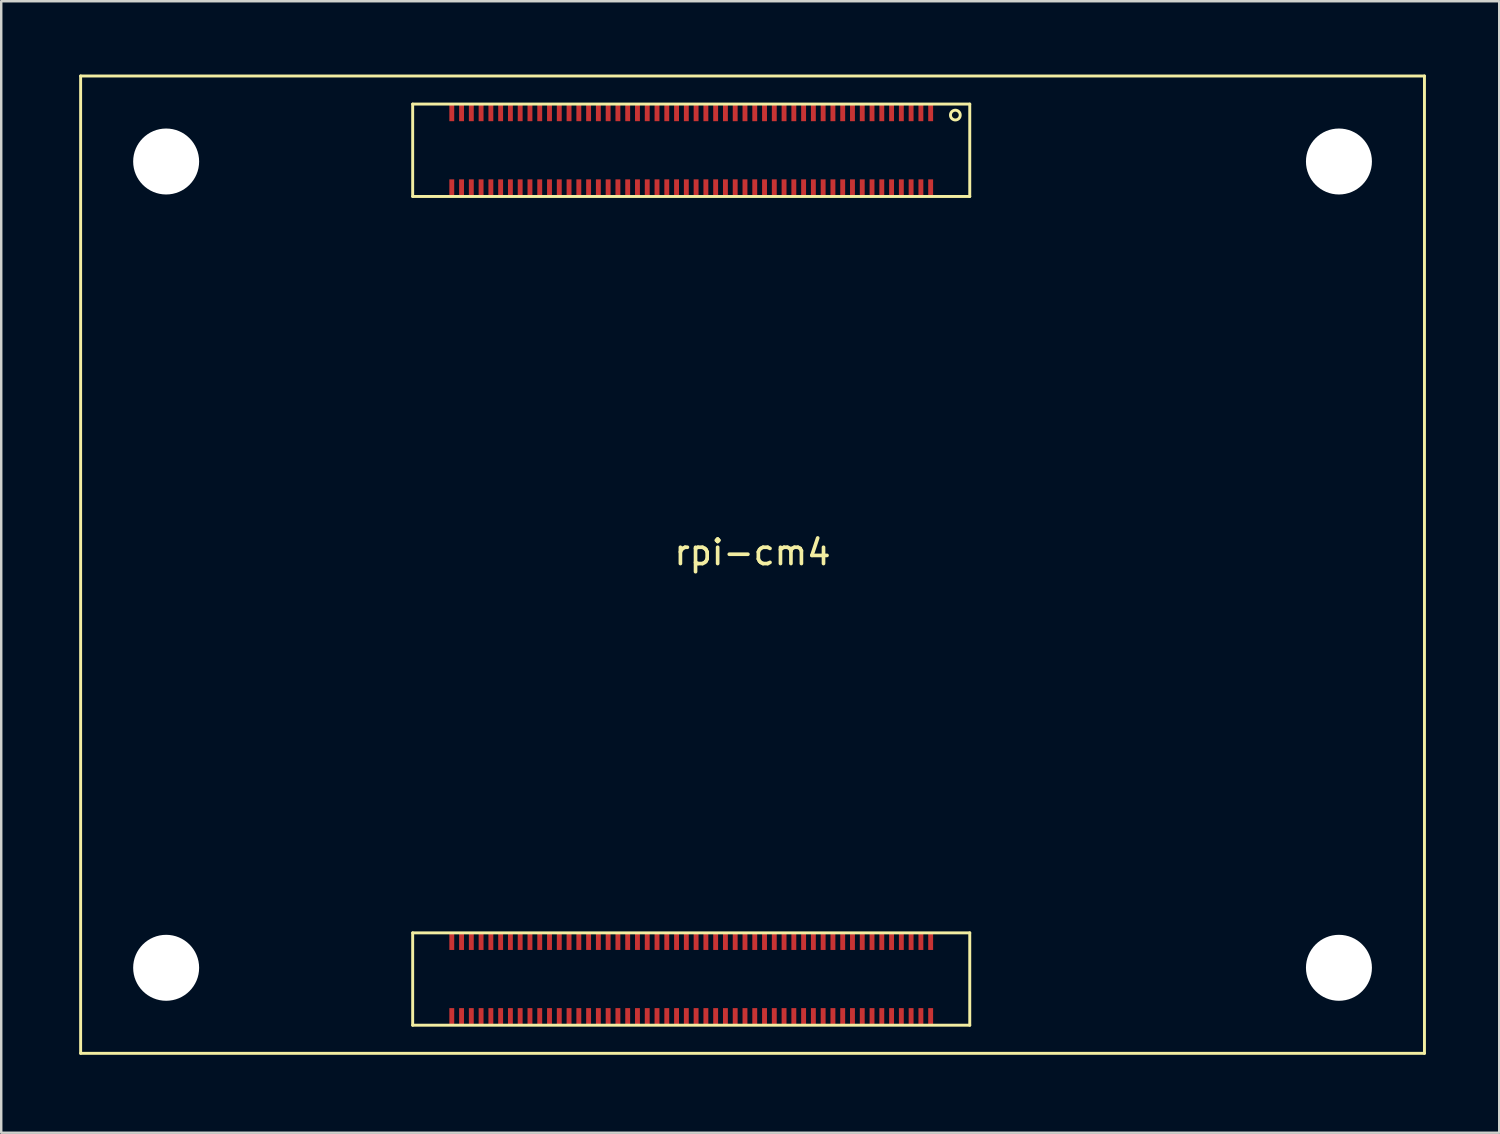
<source format=kicad_pcb>
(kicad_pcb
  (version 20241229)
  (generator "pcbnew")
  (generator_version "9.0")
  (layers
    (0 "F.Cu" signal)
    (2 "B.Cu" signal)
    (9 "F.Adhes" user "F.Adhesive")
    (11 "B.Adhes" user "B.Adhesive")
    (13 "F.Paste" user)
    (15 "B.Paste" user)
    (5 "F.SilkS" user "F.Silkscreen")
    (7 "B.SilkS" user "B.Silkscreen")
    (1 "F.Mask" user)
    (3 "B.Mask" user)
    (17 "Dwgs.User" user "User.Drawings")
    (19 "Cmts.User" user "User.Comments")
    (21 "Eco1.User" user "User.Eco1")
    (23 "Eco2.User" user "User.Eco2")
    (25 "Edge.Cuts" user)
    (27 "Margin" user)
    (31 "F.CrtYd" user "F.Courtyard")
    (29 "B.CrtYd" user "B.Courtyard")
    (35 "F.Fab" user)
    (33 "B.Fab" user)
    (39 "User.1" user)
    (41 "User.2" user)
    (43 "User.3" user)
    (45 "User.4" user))
  (footprint "rpi-cm4"
    (layer "F.Cu")
    (at 0.25 40.06)
    (property "Reference" "rpi-cm4" (at 27.5 -20.5 180) (layer "F.SilkS") (effects (font (size 1 1) (thickness 0.15))))
    (attr smd)
    (fp_line (start 0 0) (end 0 -40) (stroke (width 0.12) (type solid)) (layer "F.SilkS"))
    (fp_line (start 13.59 -35.07) (end 13.59 -38.85) (stroke (width 0.12) (type solid)) (layer "F.SilkS"))
    (fp_line (start 13.59 -1.15) (end 13.59 -4.93) (stroke (width 0.12) (type solid)) (layer "F.SilkS"))
    (fp_line (start 36.39 -38.85) (end 13.59 -38.85) (stroke (width 0.12) (type solid)) (layer "F.SilkS"))
    (fp_line (start 36.39 -35.07) (end 13.59 -35.07) (stroke (width 0.12) (type solid)) (layer "F.SilkS"))
    (fp_line (start 36.39 -35.07) (end 36.39 -38.85) (stroke (width 0.12) (type solid)) (layer "F.SilkS"))
    (fp_line (start 36.39 -4.93) (end 13.59 -4.93) (stroke (width 0.12) (type solid)) (layer "F.SilkS"))
    (fp_line (start 36.39 -1.15) (end 13.59 -1.15) (stroke (width 0.12) (type solid)) (layer "F.SilkS"))
    (fp_line (start 36.39 -1.15) (end 36.39 -4.93) (stroke (width 0.12) (type solid)) (layer "F.SilkS"))
    (fp_line (start 55 -40) (end 0 -40) (stroke (width 0.12) (type solid)) (layer "F.SilkS"))
    (fp_line (start 55 0) (end 0 0) (stroke (width 0.12) (type solid)) (layer "F.SilkS"))
    (fp_line (start 55 0) (end 55 -40) (stroke (width 0.12) (type solid)) (layer "F.SilkS"))
    (fp_circle (center 35.8 -38.4) (end 36 -38.4) (stroke (width 0.12) (type solid)) (fill no) (layer "F.SilkS"))
    (pad "" np_thru_hole circle (at 3.5 -36.5 270) (size 2.7 2.7) (drill 2.7) (layers "*.Cu" "*.Paste" "*.Mask"))
    (pad "" np_thru_hole circle (at 3.5 -3.5 270) (size 2.7 2.7) (drill 2.7) (layers "*.Cu" "*.Paste" "*.Mask"))
    (pad "" np_thru_hole circle (at 51.5 -36.5 270) (size 2.7 2.7) (drill 2.7) (layers "*.Cu" "*.Paste" "*.Mask"))
    (pad "" np_thru_hole circle (at 51.5 -3.5 270) (size 2.7 2.7) (drill 2.7) (layers "*.Cu" "*.Paste" "*.Mask"))
    (pad "1" smd rect (at 34.79 -38.5 180) (size 0.2 0.7) (layers "F.Cu" "F.Mask" "F.Paste"))
    (pad "2" smd rect (at 34.79 -35.42 180) (size 0.2 0.7) (layers "F.Cu" "F.Mask" "F.Paste"))
    (pad "3" smd rect (at 34.39 -38.5 180) (size 0.2 0.7) (layers "F.Cu" "F.Mask" "F.Paste"))
    (pad "4" smd rect (at 34.39 -35.42 180) (size 0.2 0.7) (layers "F.Cu" "F.Mask" "F.Paste"))
    (pad "5" smd rect (at 33.99 -38.5 180) (size 0.2 0.7) (layers "F.Cu" "F.Mask" "F.Paste"))
    (pad "6" smd rect (at 33.99 -35.42 180) (size 0.2 0.7) (layers "F.Cu" "F.Mask" "F.Paste"))
    (pad "7" smd rect (at 33.59 -38.5 180) (size 0.2 0.7) (layers "F.Cu" "F.Mask" "F.Paste"))
    (pad "8" smd rect (at 33.59 -35.42 180) (size 0.2 0.7) (layers "F.Cu" "F.Mask" "F.Paste"))
    (pad "9" smd rect (at 33.19 -38.5 180) (size 0.2 0.7) (layers "F.Cu" "F.Mask" "F.Paste"))
    (pad "10" smd rect (at 33.19 -35.42 180) (size 0.2 0.7) (layers "F.Cu" "F.Mask" "F.Paste"))
    (pad "11" smd rect (at 32.79 -38.5 180) (size 0.2 0.7) (layers "F.Cu" "F.Mask" "F.Paste"))
    (pad "12" smd rect (at 32.79 -35.42 180) (size 0.2 0.7) (layers "F.Cu" "F.Mask" "F.Paste"))
    (pad "13" smd rect (at 32.39 -38.5 180) (size 0.2 0.7) (layers "F.Cu" "F.Mask" "F.Paste"))
    (pad "14" smd rect (at 32.39 -35.42 180) (size 0.2 0.7) (layers "F.Cu" "F.Mask" "F.Paste"))
    (pad "15" smd rect (at 31.99 -38.5 180) (size 0.2 0.7) (layers "F.Cu" "F.Mask" "F.Paste"))
    (pad "16" smd rect (at 31.99 -35.42 180) (size 0.2 0.7) (layers "F.Cu" "F.Mask" "F.Paste"))
    (pad "17" smd rect (at 31.59 -38.5 180) (size 0.2 0.7) (layers "F.Cu" "F.Mask" "F.Paste"))
    (pad "18" smd rect (at 31.59 -35.42 180) (size 0.2 0.7) (layers "F.Cu" "F.Mask" "F.Paste"))
    (pad "19" smd rect (at 31.19 -38.5 180) (size 0.2 0.7) (layers "F.Cu" "F.Mask" "F.Paste"))
    (pad "20" smd rect (at 31.19 -35.42 180) (size 0.2 0.7) (layers "F.Cu" "F.Mask" "F.Paste"))
    (pad "21" smd rect (at 30.79 -38.5 180) (size 0.2 0.7) (layers "F.Cu" "F.Mask" "F.Paste"))
    (pad "22" smd rect (at 30.79 -35.42 180) (size 0.2 0.7) (layers "F.Cu" "F.Mask" "F.Paste"))
    (pad "23" smd rect (at 30.39 -38.5 180) (size 0.2 0.7) (layers "F.Cu" "F.Mask" "F.Paste"))
    (pad "24" smd rect (at 30.39 -35.42 180) (size 0.2 0.7) (layers "F.Cu" "F.Mask" "F.Paste"))
    (pad "25" smd rect (at 29.99 -38.5 180) (size 0.2 0.7) (layers "F.Cu" "F.Mask" "F.Paste"))
    (pad "26" smd rect (at 29.99 -35.42 180) (size 0.2 0.7) (layers "F.Cu" "F.Mask" "F.Paste"))
    (pad "27" smd rect (at 29.59 -38.5 180) (size 0.2 0.7) (layers "F.Cu" "F.Mask" "F.Paste"))
    (pad "28" smd rect (at 29.59 -35.42 180) (size 0.2 0.7) (layers "F.Cu" "F.Mask" "F.Paste"))
    (pad "29" smd rect (at 29.19 -38.5 180) (size 0.2 0.7) (layers "F.Cu" "F.Mask" "F.Paste"))
    (pad "30" smd rect (at 29.19 -35.42 180) (size 0.2 0.7) (layers "F.Cu" "F.Mask" "F.Paste"))
    (pad "31" smd rect (at 28.79 -38.5 180) (size 0.2 0.7) (layers "F.Cu" "F.Mask" "F.Paste"))
    (pad "32" smd rect (at 28.79 -35.42 180) (size 0.2 0.7) (layers "F.Cu" "F.Mask" "F.Paste"))
    (pad "33" smd rect (at 28.39 -38.5 180) (size 0.2 0.7) (layers "F.Cu" "F.Mask" "F.Paste"))
    (pad "34" smd rect (at 28.39 -35.42 180) (size 0.2 0.7) (layers "F.Cu" "F.Mask" "F.Paste"))
    (pad "35" smd rect (at 27.99 -38.5 180) (size 0.2 0.7) (layers "F.Cu" "F.Mask" "F.Paste"))
    (pad "36" smd rect (at 27.99 -35.42 180) (size 0.2 0.7) (layers "F.Cu" "F.Mask" "F.Paste"))
    (pad "37" smd rect (at 27.59 -38.5 180) (size 0.2 0.7) (layers "F.Cu" "F.Mask" "F.Paste"))
    (pad "38" smd rect (at 27.59 -35.42 180) (size 0.2 0.7) (layers "F.Cu" "F.Mask" "F.Paste"))
    (pad "39" smd rect (at 27.19 -38.5 180) (size 0.2 0.7) (layers "F.Cu" "F.Mask" "F.Paste"))
    (pad "40" smd rect (at 27.19 -35.42 180) (size 0.2 0.7) (layers "F.Cu" "F.Mask" "F.Paste"))
    (pad "41" smd rect (at 26.79 -38.5 180) (size 0.2 0.7) (layers "F.Cu" "F.Mask" "F.Paste"))
    (pad "42" smd rect (at 26.79 -35.42 180) (size 0.2 0.7) (layers "F.Cu" "F.Mask" "F.Paste"))
    (pad "43" smd rect (at 26.39 -38.5 180) (size 0.2 0.7) (layers "F.Cu" "F.Mask" "F.Paste"))
    (pad "44" smd rect (at 26.39 -35.42 180) (size 0.2 0.7) (layers "F.Cu" "F.Mask" "F.Paste"))
    (pad "45" smd rect (at 25.99 -38.5 180) (size 0.2 0.7) (layers "F.Cu" "F.Mask" "F.Paste"))
    (pad "46" smd rect (at 25.99 -35.42 180) (size 0.2 0.7) (layers "F.Cu" "F.Mask" "F.Paste"))
    (pad "47" smd rect (at 25.59 -38.5 180) (size 0.2 0.7) (layers "F.Cu" "F.Mask" "F.Paste"))
    (pad "48" smd rect (at 25.59 -35.42 180) (size 0.2 0.7) (layers "F.Cu" "F.Mask" "F.Paste"))
    (pad "49" smd rect (at 25.19 -38.5 180) (size 0.2 0.7) (layers "F.Cu" "F.Mask" "F.Paste"))
    (pad "50" smd rect (at 25.19 -35.42 180) (size 0.2 0.7) (layers "F.Cu" "F.Mask" "F.Paste"))
    (pad "51" smd rect (at 24.79 -38.5 180) (size 0.2 0.7) (layers "F.Cu" "F.Mask" "F.Paste"))
    (pad "52" smd rect (at 24.79 -35.42 180) (size 0.2 0.7) (layers "F.Cu" "F.Mask" "F.Paste"))
    (pad "53" smd rect (at 24.39 -38.5 180) (size 0.2 0.7) (layers "F.Cu" "F.Mask" "F.Paste"))
    (pad "54" smd rect (at 24.39 -35.42 180) (size 0.2 0.7) (layers "F.Cu" "F.Mask" "F.Paste"))
    (pad "55" smd rect (at 23.99 -38.5 180) (size 0.2 0.7) (layers "F.Cu" "F.Mask" "F.Paste"))
    (pad "56" smd rect (at 23.99 -35.42 180) (size 0.2 0.7) (layers "F.Cu" "F.Mask" "F.Paste"))
    (pad "57" smd rect (at 23.59 -38.5 180) (size 0.2 0.7) (layers "F.Cu" "F.Mask" "F.Paste"))
    (pad "58" smd rect (at 23.59 -35.42 180) (size 0.2 0.7) (layers "F.Cu" "F.Mask" "F.Paste"))
    (pad "59" smd rect (at 23.19 -38.5 180) (size 0.2 0.7) (layers "F.Cu" "F.Mask" "F.Paste"))
    (pad "60" smd rect (at 23.19 -35.42 180) (size 0.2 0.7) (layers "F.Cu" "F.Mask" "F.Paste"))
    (pad "61" smd rect (at 22.79 -38.5 180) (size 0.2 0.7) (layers "F.Cu" "F.Mask" "F.Paste"))
    (pad "62" smd rect (at 22.79 -35.42 180) (size 0.2 0.7) (layers "F.Cu" "F.Mask" "F.Paste"))
    (pad "63" smd rect (at 22.39 -38.5 180) (size 0.2 0.7) (layers "F.Cu" "F.Mask" "F.Paste"))
    (pad "64" smd rect (at 22.39 -35.42 180) (size 0.2 0.7) (layers "F.Cu" "F.Mask" "F.Paste"))
    (pad "65" smd rect (at 21.99 -38.5 180) (size 0.2 0.7) (layers "F.Cu" "F.Mask" "F.Paste"))
    (pad "66" smd rect (at 21.99 -35.42 180) (size 0.2 0.7) (layers "F.Cu" "F.Mask" "F.Paste"))
    (pad "67" smd rect (at 21.59 -38.5 180) (size 0.2 0.7) (layers "F.Cu" "F.Mask" "F.Paste"))
    (pad "68" smd rect (at 21.59 -35.42 180) (size 0.2 0.7) (layers "F.Cu" "F.Mask" "F.Paste"))
    (pad "69" smd rect (at 21.19 -38.5 180) (size 0.2 0.7) (layers "F.Cu" "F.Mask" "F.Paste"))
    (pad "70" smd rect (at 21.19 -35.42 180) (size 0.2 0.7) (layers "F.Cu" "F.Mask" "F.Paste"))
    (pad "71" smd rect (at 20.79 -38.5 180) (size 0.2 0.7) (layers "F.Cu" "F.Mask" "F.Paste"))
    (pad "72" smd rect (at 20.79 -35.42 180) (size 0.2 0.7) (layers "F.Cu" "F.Mask" "F.Paste"))
    (pad "73" smd rect (at 20.39 -38.5 180) (size 0.2 0.7) (layers "F.Cu" "F.Mask" "F.Paste"))
    (pad "74" smd rect (at 20.39 -35.42 180) (size 0.2 0.7) (layers "F.Cu" "F.Mask" "F.Paste"))
    (pad "75" smd rect (at 19.99 -38.5 180) (size 0.2 0.7) (layers "F.Cu" "F.Mask" "F.Paste"))
    (pad "76" smd rect (at 19.99 -35.42 180) (size 0.2 0.7) (layers "F.Cu" "F.Mask" "F.Paste"))
    (pad "77" smd rect (at 19.59 -38.5 180) (size 0.2 0.7) (layers "F.Cu" "F.Mask" "F.Paste"))
    (pad "78" smd rect (at 19.59 -35.42 180) (size 0.2 0.7) (layers "F.Cu" "F.Mask" "F.Paste"))
    (pad "79" smd rect (at 19.19 -38.5 180) (size 0.2 0.7) (layers "F.Cu" "F.Mask" "F.Paste"))
    (pad "80" smd rect (at 19.19 -35.42 180) (size 0.2 0.7) (layers "F.Cu" "F.Mask" "F.Paste"))
    (pad "81" smd rect (at 18.79 -38.5 180) (size 0.2 0.7) (layers "F.Cu" "F.Mask" "F.Paste"))
    (pad "82" smd rect (at 18.79 -35.42 180) (size 0.2 0.7) (layers "F.Cu" "F.Mask" "F.Paste"))
    (pad "83" smd rect (at 18.39 -38.5 180) (size 0.2 0.7) (layers "F.Cu" "F.Mask" "F.Paste"))
    (pad "84" smd rect (at 18.39 -35.42 180) (size 0.2 0.7) (layers "F.Cu" "F.Mask" "F.Paste"))
    (pad "85" smd rect (at 17.99 -38.5 180) (size 0.2 0.7) (layers "F.Cu" "F.Mask" "F.Paste"))
    (pad "86" smd rect (at 17.99 -35.42 180) (size 0.2 0.7) (layers "F.Cu" "F.Mask" "F.Paste"))
    (pad "87" smd rect (at 17.59 -38.5 180) (size 0.2 0.7) (layers "F.Cu" "F.Mask" "F.Paste"))
    (pad "88" smd rect (at 17.59 -35.42 180) (size 0.2 0.7) (layers "F.Cu" "F.Mask" "F.Paste"))
    (pad "89" smd rect (at 17.19 -38.5 180) (size 0.2 0.7) (layers "F.Cu" "F.Mask" "F.Paste"))
    (pad "90" smd rect (at 17.19 -35.42 180) (size 0.2 0.7) (layers "F.Cu" "F.Mask" "F.Paste"))
    (pad "91" smd rect (at 16.79 -38.5 180) (size 0.2 0.7) (layers "F.Cu" "F.Mask" "F.Paste"))
    (pad "92" smd rect (at 16.79 -35.42 180) (size 0.2 0.7) (layers "F.Cu" "F.Mask" "F.Paste"))
    (pad "93" smd rect (at 16.39 -38.5 180) (size 0.2 0.7) (layers "F.Cu" "F.Mask" "F.Paste"))
    (pad "94" smd rect (at 16.39 -35.42 180) (size 0.2 0.7) (layers "F.Cu" "F.Mask" "F.Paste"))
    (pad "95" smd rect (at 15.99 -38.5 180) (size 0.2 0.7) (layers "F.Cu" "F.Mask" "F.Paste"))
    (pad "96" smd rect (at 15.99 -35.42 180) (size 0.2 0.7) (layers "F.Cu" "F.Mask" "F.Paste"))
    (pad "97" smd rect (at 15.59 -38.5 180) (size 0.2 0.7) (layers "F.Cu" "F.Mask" "F.Paste"))
    (pad "98" smd rect (at 15.59 -35.42 180) (size 0.2 0.7) (layers "F.Cu" "F.Mask" "F.Paste"))
    (pad "99" smd rect (at 15.19 -38.5 180) (size 0.2 0.7) (layers "F.Cu" "F.Mask" "F.Paste"))
    (pad "100" smd rect (at 15.19 -35.42 180) (size 0.2 0.7) (layers "F.Cu" "F.Mask" "F.Paste"))
    (pad "101" smd rect (at 34.79 -4.58 180) (size 0.2 0.7) (layers "F.Cu" "F.Mask" "F.Paste"))
    (pad "102" smd rect (at 34.79 -1.5 180) (size 0.2 0.7) (layers "F.Cu" "F.Mask" "F.Paste"))
    (pad "103" smd rect (at 34.39 -4.58 180) (size 0.2 0.7) (layers "F.Cu" "F.Mask" "F.Paste"))
    (pad "104" smd rect (at 34.39 -1.5 180) (size 0.2 0.7) (layers "F.Cu" "F.Mask" "F.Paste"))
    (pad "105" smd rect (at 33.99 -4.58 180) (size 0.2 0.7) (layers "F.Cu" "F.Mask" "F.Paste"))
    (pad "106" smd rect (at 33.99 -1.5 180) (size 0.2 0.7) (layers "F.Cu" "F.Mask" "F.Paste"))
    (pad "107" smd rect (at 33.59 -4.58 180) (size 0.2 0.7) (layers "F.Cu" "F.Mask" "F.Paste"))
    (pad "108" smd rect (at 33.59 -1.5 180) (size 0.2 0.7) (layers "F.Cu" "F.Mask" "F.Paste"))
    (pad "109" smd rect (at 33.19 -4.58 180) (size 0.2 0.7) (layers "F.Cu" "F.Mask" "F.Paste"))
    (pad "110" smd rect (at 33.19 -1.5 180) (size 0.2 0.7) (layers "F.Cu" "F.Mask" "F.Paste"))
    (pad "111" smd rect (at 32.79 -4.58 180) (size 0.2 0.7) (layers "F.Cu" "F.Mask" "F.Paste"))
    (pad "112" smd rect (at 32.79 -1.5 180) (size 0.2 0.7) (layers "F.Cu" "F.Mask" "F.Paste"))
    (pad "113" smd rect (at 32.39 -4.58 180) (size 0.2 0.7) (layers "F.Cu" "F.Mask" "F.Paste"))
    (pad "114" smd rect (at 32.39 -1.5 180) (size 0.2 0.7) (layers "F.Cu" "F.Mask" "F.Paste"))
    (pad "115" smd rect (at 31.99 -4.58 180) (size 0.2 0.7) (layers "F.Cu" "F.Mask" "F.Paste"))
    (pad "116" smd rect (at 31.99 -1.5 180) (size 0.2 0.7) (layers "F.Cu" "F.Mask" "F.Paste"))
    (pad "117" smd rect (at 31.59 -4.58 180) (size 0.2 0.7) (layers "F.Cu" "F.Mask" "F.Paste"))
    (pad "118" smd rect (at 31.59 -1.5 180) (size 0.2 0.7) (layers "F.Cu" "F.Mask" "F.Paste"))
    (pad "119" smd rect (at 31.19 -4.58 180) (size 0.2 0.7) (layers "F.Cu" "F.Mask" "F.Paste"))
    (pad "120" smd rect (at 31.19 -1.5 180) (size 0.2 0.7) (layers "F.Cu" "F.Mask" "F.Paste"))
    (pad "121" smd rect (at 30.79 -4.58 180) (size 0.2 0.7) (layers "F.Cu" "F.Mask" "F.Paste"))
    (pad "122" smd rect (at 30.79 -1.5 180) (size 0.2 0.7) (layers "F.Cu" "F.Mask" "F.Paste"))
    (pad "123" smd rect (at 30.39 -4.58 180) (size 0.2 0.7) (layers "F.Cu" "F.Mask" "F.Paste"))
    (pad "124" smd rect (at 30.39 -1.5 180) (size 0.2 0.7) (layers "F.Cu" "F.Mask" "F.Paste"))
    (pad "125" smd rect (at 29.99 -4.58 180) (size 0.2 0.7) (layers "F.Cu" "F.Mask" "F.Paste"))
    (pad "126" smd rect (at 29.99 -1.5 180) (size 0.2 0.7) (layers "F.Cu" "F.Mask" "F.Paste"))
    (pad "127" smd rect (at 29.59 -4.58 180) (size 0.2 0.7) (layers "F.Cu" "F.Mask" "F.Paste"))
    (pad "128" smd rect (at 29.59 -1.5 180) (size 0.2 0.7) (layers "F.Cu" "F.Mask" "F.Paste"))
    (pad "129" smd rect (at 29.19 -4.58 180) (size 0.2 0.7) (layers "F.Cu" "F.Mask" "F.Paste"))
    (pad "130" smd rect (at 29.19 -1.5 180) (size 0.2 0.7) (layers "F.Cu" "F.Mask" "F.Paste"))
    (pad "131" smd rect (at 28.79 -4.58 180) (size 0.2 0.7) (layers "F.Cu" "F.Mask" "F.Paste"))
    (pad "132" smd rect (at 28.79 -1.5 180) (size 0.2 0.7) (layers "F.Cu" "F.Mask" "F.Paste"))
    (pad "133" smd rect (at 28.39 -4.58 180) (size 0.2 0.7) (layers "F.Cu" "F.Mask" "F.Paste"))
    (pad "134" smd rect (at 28.39 -1.5 180) (size 0.2 0.7) (layers "F.Cu" "F.Mask" "F.Paste"))
    (pad "135" smd rect (at 27.99 -4.58 180) (size 0.2 0.7) (layers "F.Cu" "F.Mask" "F.Paste"))
    (pad "136" smd rect (at 27.99 -1.5 180) (size 0.2 0.7) (layers "F.Cu" "F.Mask" "F.Paste"))
    (pad "137" smd rect (at 27.59 -4.58 180) (size 0.2 0.7) (layers "F.Cu" "F.Mask" "F.Paste"))
    (pad "138" smd rect (at 27.59 -1.5 180) (size 0.2 0.7) (layers "F.Cu" "F.Mask" "F.Paste"))
    (pad "139" smd rect (at 27.19 -4.58 180) (size 0.2 0.7) (layers "F.Cu" "F.Mask" "F.Paste"))
    (pad "140" smd rect (at 27.19 -1.5 180) (size 0.2 0.7) (layers "F.Cu" "F.Mask" "F.Paste"))
    (pad "141" smd rect (at 26.79 -4.58 180) (size 0.2 0.7) (layers "F.Cu" "F.Mask" "F.Paste"))
    (pad "142" smd rect (at 26.79 -1.5 180) (size 0.2 0.7) (layers "F.Cu" "F.Mask" "F.Paste"))
    (pad "143" smd rect (at 26.39 -4.58 180) (size 0.2 0.7) (layers "F.Cu" "F.Mask" "F.Paste"))
    (pad "144" smd rect (at 26.39 -1.5 180) (size 0.2 0.7) (layers "F.Cu" "F.Mask" "F.Paste"))
    (pad "145" smd rect (at 25.99 -4.58 180) (size 0.2 0.7) (layers "F.Cu" "F.Mask" "F.Paste"))
    (pad "146" smd rect (at 25.99 -1.5 180) (size 0.2 0.7) (layers "F.Cu" "F.Mask" "F.Paste"))
    (pad "147" smd rect (at 25.59 -4.58 180) (size 0.2 0.7) (layers "F.Cu" "F.Mask" "F.Paste"))
    (pad "148" smd rect (at 25.59 -1.5 180) (size 0.2 0.7) (layers "F.Cu" "F.Mask" "F.Paste"))
    (pad "149" smd rect (at 25.19 -4.58 180) (size 0.2 0.7) (layers "F.Cu" "F.Mask" "F.Paste"))
    (pad "150" smd rect (at 25.19 -1.5 180) (size 0.2 0.7) (layers "F.Cu" "F.Mask" "F.Paste"))
    (pad "151" smd rect (at 24.79 -4.58 180) (size 0.2 0.7) (layers "F.Cu" "F.Mask" "F.Paste"))
    (pad "152" smd rect (at 24.79 -1.5 180) (size 0.2 0.7) (layers "F.Cu" "F.Mask" "F.Paste"))
    (pad "153" smd rect (at 24.39 -4.58 180) (size 0.2 0.7) (layers "F.Cu" "F.Mask" "F.Paste"))
    (pad "154" smd rect (at 24.39 -1.5 180) (size 0.2 0.7) (layers "F.Cu" "F.Mask" "F.Paste"))
    (pad "155" smd rect (at 23.99 -4.58 180) (size 0.2 0.7) (layers "F.Cu" "F.Mask" "F.Paste"))
    (pad "156" smd rect (at 23.99 -1.5 180) (size 0.2 0.7) (layers "F.Cu" "F.Mask" "F.Paste"))
    (pad "157" smd rect (at 23.59 -4.58 180) (size 0.2 0.7) (layers "F.Cu" "F.Mask" "F.Paste"))
    (pad "158" smd rect (at 23.59 -1.5 180) (size 0.2 0.7) (layers "F.Cu" "F.Mask" "F.Paste"))
    (pad "159" smd rect (at 23.19 -4.58 180) (size 0.2 0.7) (layers "F.Cu" "F.Mask" "F.Paste"))
    (pad "160" smd rect (at 23.19 -1.5 180) (size 0.2 0.7) (layers "F.Cu" "F.Mask" "F.Paste"))
    (pad "161" smd rect (at 22.79 -4.58 180) (size 0.2 0.7) (layers "F.Cu" "F.Mask" "F.Paste"))
    (pad "162" smd rect (at 22.79 -1.5 180) (size 0.2 0.7) (layers "F.Cu" "F.Mask" "F.Paste"))
    (pad "163" smd rect (at 22.39 -4.58 180) (size 0.2 0.7) (layers "F.Cu" "F.Mask" "F.Paste"))
    (pad "164" smd rect (at 22.39 -1.5 180) (size 0.2 0.7) (layers "F.Cu" "F.Mask" "F.Paste"))
    (pad "165" smd rect (at 21.99 -4.58 180) (size 0.2 0.7) (layers "F.Cu" "F.Mask" "F.Paste"))
    (pad "166" smd rect (at 21.99 -1.5 180) (size 0.2 0.7) (layers "F.Cu" "F.Mask" "F.Paste"))
    (pad "167" smd rect (at 21.59 -4.58 180) (size 0.2 0.7) (layers "F.Cu" "F.Mask" "F.Paste"))
    (pad "168" smd rect (at 21.59 -1.5 180) (size 0.2 0.7) (layers "F.Cu" "F.Mask" "F.Paste"))
    (pad "169" smd rect (at 21.19 -4.58 180) (size 0.2 0.7) (layers "F.Cu" "F.Mask" "F.Paste"))
    (pad "170" smd rect (at 21.19 -1.5 180) (size 0.2 0.7) (layers "F.Cu" "F.Mask" "F.Paste"))
    (pad "171" smd rect (at 20.79 -4.58 180) (size 0.2 0.7) (layers "F.Cu" "F.Mask" "F.Paste"))
    (pad "172" smd rect (at 20.79 -1.5 180) (size 0.2 0.7) (layers "F.Cu" "F.Mask" "F.Paste"))
    (pad "173" smd rect (at 20.39 -4.58 180) (size 0.2 0.7) (layers "F.Cu" "F.Mask" "F.Paste"))
    (pad "174" smd rect (at 20.39 -1.5 180) (size 0.2 0.7) (layers "F.Cu" "F.Mask" "F.Paste"))
    (pad "175" smd rect (at 19.99 -4.58 180) (size 0.2 0.7) (layers "F.Cu" "F.Mask" "F.Paste"))
    (pad "176" smd rect (at 19.99 -1.5 180) (size 0.2 0.7) (layers "F.Cu" "F.Mask" "F.Paste"))
    (pad "177" smd rect (at 19.59 -4.58 180) (size 0.2 0.7) (layers "F.Cu" "F.Mask" "F.Paste"))
    (pad "178" smd rect (at 19.59 -1.5 180) (size 0.2 0.7) (layers "F.Cu" "F.Mask" "F.Paste"))
    (pad "179" smd rect (at 19.19 -4.58 180) (size 0.2 0.7) (layers "F.Cu" "F.Mask" "F.Paste"))
    (pad "180" smd rect (at 19.19 -1.5 180) (size 0.2 0.7) (layers "F.Cu" "F.Mask" "F.Paste"))
    (pad "181" smd rect (at 18.79 -4.58 180) (size 0.2 0.7) (layers "F.Cu" "F.Mask" "F.Paste"))
    (pad "182" smd rect (at 18.79 -1.5 180) (size 0.2 0.7) (layers "F.Cu" "F.Mask" "F.Paste"))
    (pad "183" smd rect (at 18.39 -4.58 180) (size 0.2 0.7) (layers "F.Cu" "F.Mask" "F.Paste"))
    (pad "184" smd rect (at 18.39 -1.5 180) (size 0.2 0.7) (layers "F.Cu" "F.Mask" "F.Paste"))
    (pad "185" smd rect (at 17.99 -4.58 180) (size 0.2 0.7) (layers "F.Cu" "F.Mask" "F.Paste"))
    (pad "186" smd rect (at 17.99 -1.5 180) (size 0.2 0.7) (layers "F.Cu" "F.Mask" "F.Paste"))
    (pad "187" smd rect (at 17.59 -4.58 180) (size 0.2 0.7) (layers "F.Cu" "F.Mask" "F.Paste"))
    (pad "188" smd rect (at 17.59 -1.5 180) (size 0.2 0.7) (layers "F.Cu" "F.Mask" "F.Paste"))
    (pad "189" smd rect (at 17.19 -4.58 180) (size 0.2 0.7) (layers "F.Cu" "F.Mask" "F.Paste"))
    (pad "190" smd rect (at 17.19 -1.5 180) (size 0.2 0.7) (layers "F.Cu" "F.Mask" "F.Paste"))
    (pad "191" smd rect (at 16.79 -4.58 180) (size 0.2 0.7) (layers "F.Cu" "F.Mask" "F.Paste"))
    (pad "192" smd rect (at 16.79 -1.5 180) (size 0.2 0.7) (layers "F.Cu" "F.Mask" "F.Paste"))
    (pad "193" smd rect (at 16.39 -4.58 180) (size 0.2 0.7) (layers "F.Cu" "F.Mask" "F.Paste"))
    (pad "194" smd rect (at 16.39 -1.5 180) (size 0.2 0.7) (layers "F.Cu" "F.Mask" "F.Paste"))
    (pad "195" smd rect (at 15.99 -4.58 180) (size 0.2 0.7) (layers "F.Cu" "F.Mask" "F.Paste"))
    (pad "196" smd rect (at 15.99 -1.5 180) (size 0.2 0.7) (layers "F.Cu" "F.Mask" "F.Paste"))
    (pad "197" smd rect (at 15.59 -4.58 180) (size 0.2 0.7) (layers "F.Cu" "F.Mask" "F.Paste"))
    (pad "198" smd rect (at 15.59 -1.5 180) (size 0.2 0.7) (layers "F.Cu" "F.Mask" "F.Paste"))
    (pad "199" smd rect (at 15.19 -4.58 180) (size 0.2 0.7) (layers "F.Cu" "F.Mask" "F.Paste"))
    (pad "200" smd rect (at 15.19 -1.5 180) (size 0.2 0.7) (layers "F.Cu" "F.Mask" "F.Paste")))
  (gr_rect
    (start -3 -3)
    (end 58.31 43.31)
    (stroke (width 0.1) (type default))
    (fill no)
    (layer "Edge.Cuts")))
</source>
